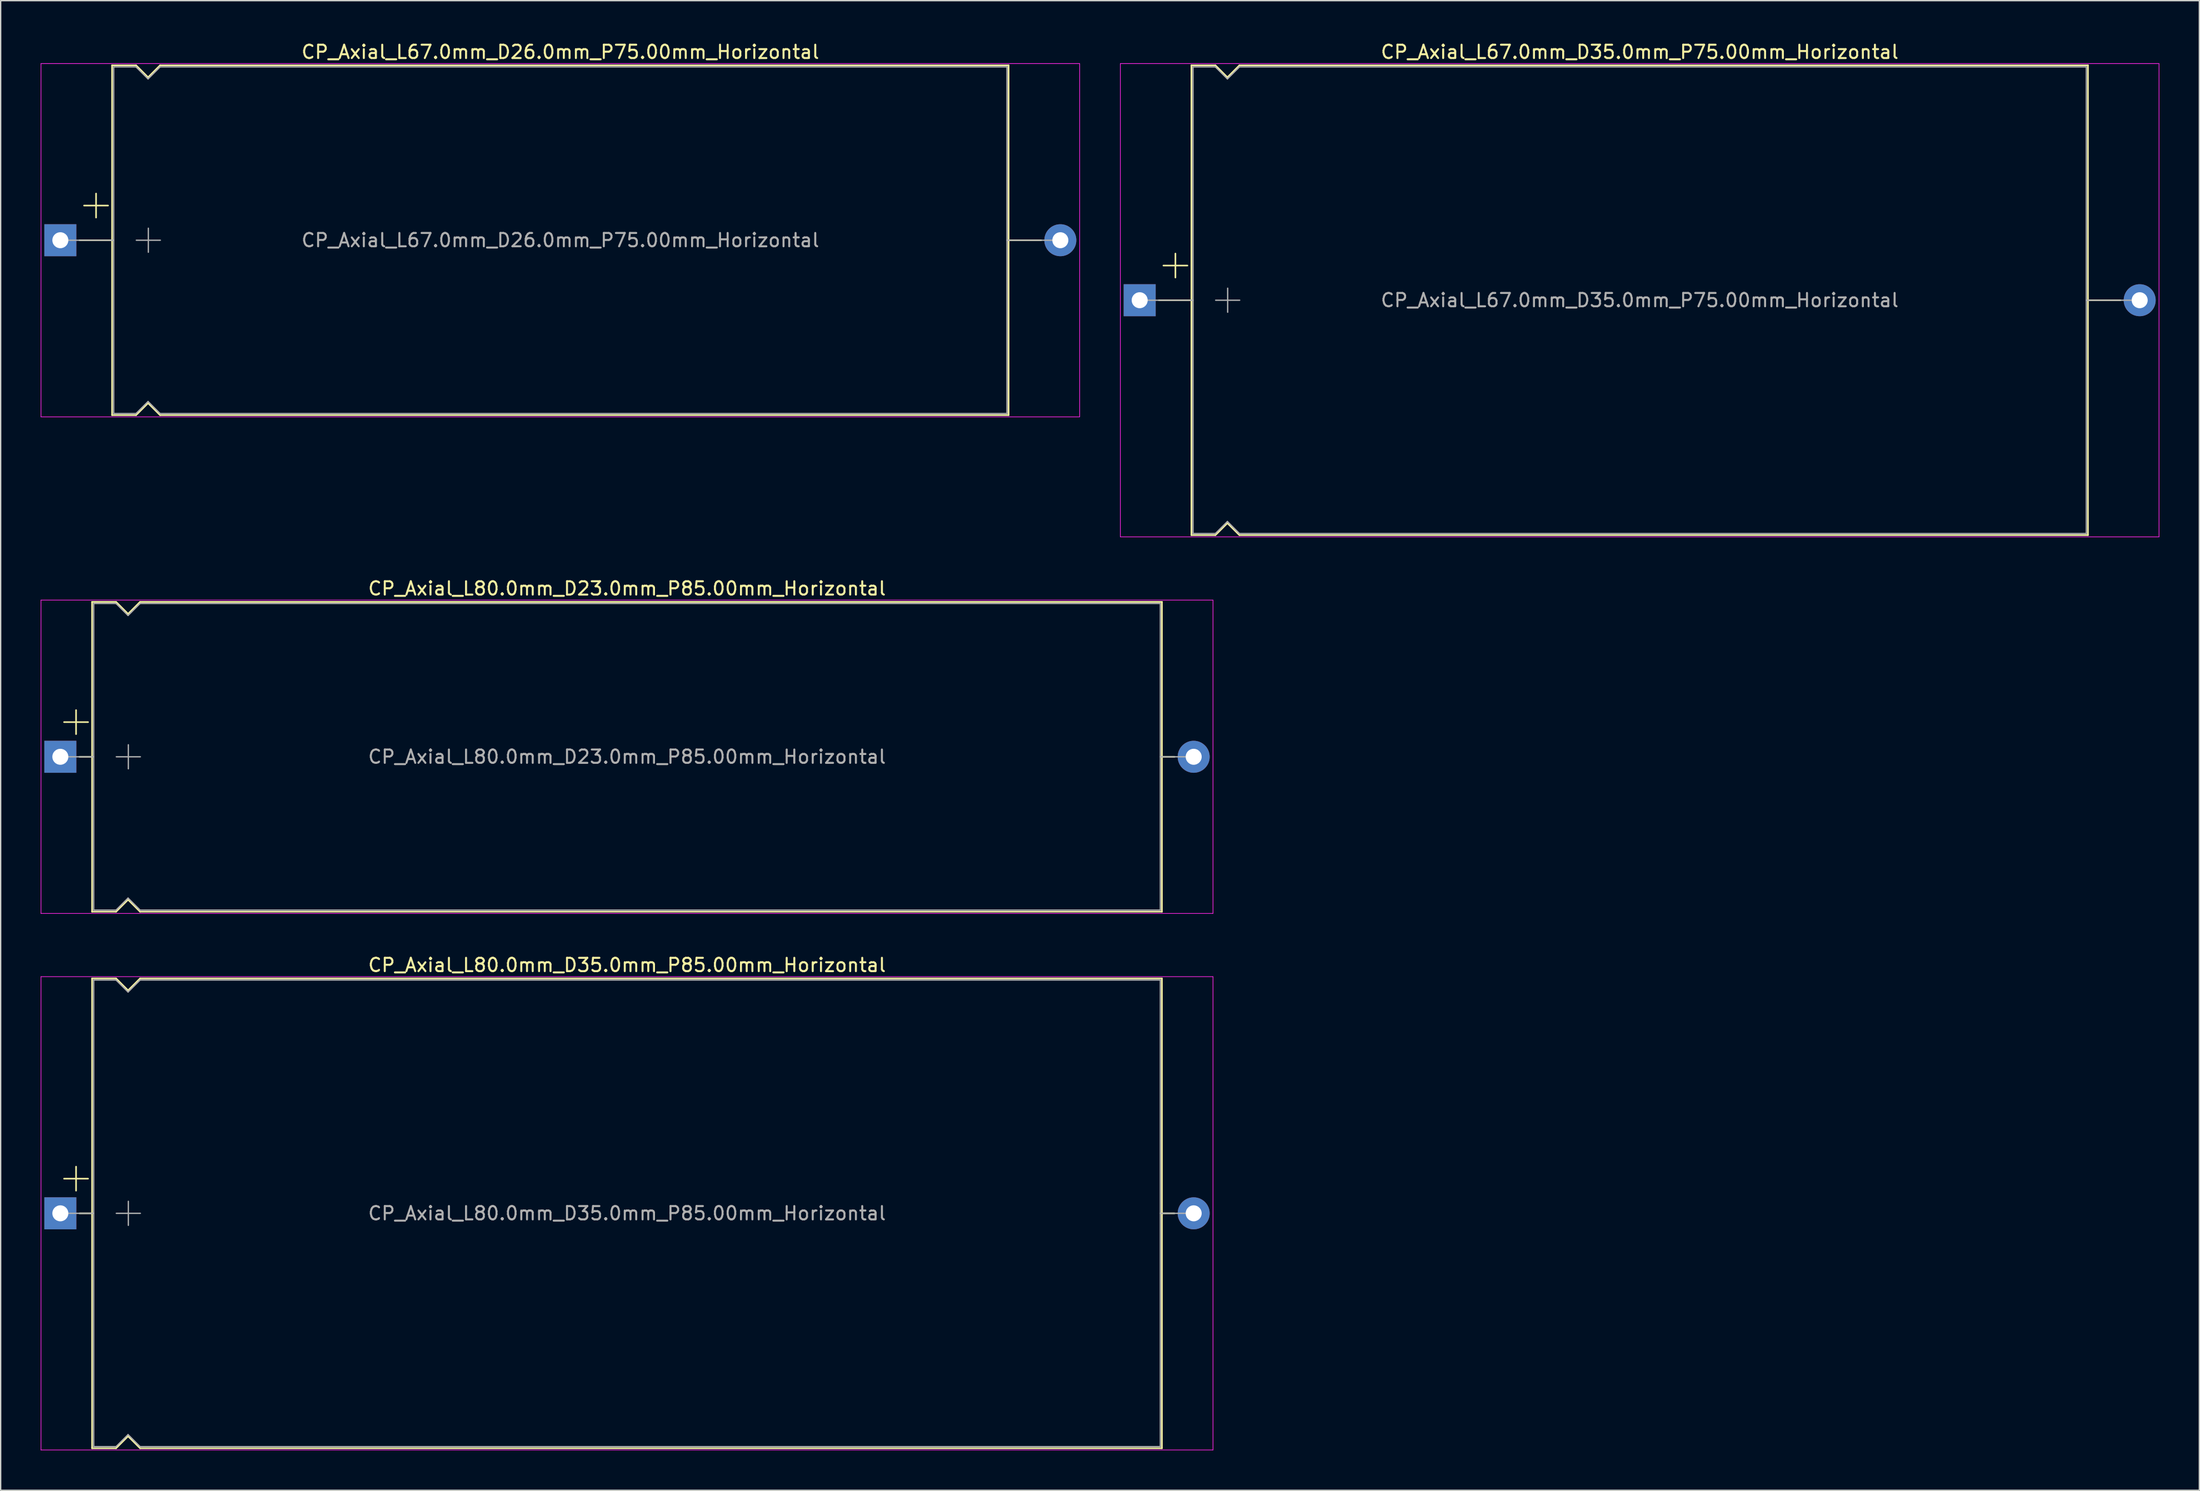
<source format=kicad_pcb>
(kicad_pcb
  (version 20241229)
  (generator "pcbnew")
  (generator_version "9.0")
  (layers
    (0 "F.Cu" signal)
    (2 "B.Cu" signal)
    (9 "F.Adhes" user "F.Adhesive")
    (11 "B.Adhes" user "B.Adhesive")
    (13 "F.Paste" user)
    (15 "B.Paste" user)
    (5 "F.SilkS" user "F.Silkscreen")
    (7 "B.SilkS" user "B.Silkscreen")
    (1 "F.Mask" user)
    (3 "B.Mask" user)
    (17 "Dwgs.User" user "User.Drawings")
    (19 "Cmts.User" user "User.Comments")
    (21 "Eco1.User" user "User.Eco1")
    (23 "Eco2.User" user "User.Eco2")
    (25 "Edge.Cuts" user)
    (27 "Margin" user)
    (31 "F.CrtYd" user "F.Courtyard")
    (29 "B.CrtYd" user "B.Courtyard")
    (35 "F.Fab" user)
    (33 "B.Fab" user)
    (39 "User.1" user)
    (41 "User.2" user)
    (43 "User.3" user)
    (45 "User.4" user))
  (footprint "CP_Axial_L80.0mm_D23.0mm_P85.00mm_Horizontal"
    (layer "F.Cu")
    (at 1.475 53.712)
    (property "Reference" "CP_Axial_L80.0mm_D23.0mm_P85.00mm_Horizontal" (at 42.5 -12.62 0) (layer "F.SilkS") (effects (font (size 1 1) (thickness 0.15))))
    (attr through_hole)
    (fp_line (start 0.28 -2.6) (end 2.08 -2.6) (stroke (width 0.12) (type solid)) (layer "F.SilkS"))
    (fp_line (start 1.18 -3.5) (end 1.18 -1.7) (stroke (width 0.12) (type solid)) (layer "F.SilkS"))
    (fp_line (start 1.44 0) (end 2.38 0) (stroke (width 0.12) (type solid)) (layer "F.SilkS"))
    (fp_line (start 2.38 -11.62) (end 2.38 11.62) (stroke (width 0.12) (type solid)) (layer "F.SilkS"))
    (fp_line (start 2.38 -11.62) (end 4.18 -11.62) (stroke (width 0.12) (type solid)) (layer "F.SilkS"))
    (fp_line (start 2.38 11.62) (end 4.18 11.62) (stroke (width 0.12) (type solid)) (layer "F.SilkS"))
    (fp_line (start 4.18 -11.62) (end 5.08 -10.72) (stroke (width 0.12) (type solid)) (layer "F.SilkS"))
    (fp_line (start 4.18 11.62) (end 5.08 10.72) (stroke (width 0.12) (type solid)) (layer "F.SilkS"))
    (fp_line (start 5.08 -10.72) (end 5.98 -11.62) (stroke (width 0.12) (type solid)) (layer "F.SilkS"))
    (fp_line (start 5.08 10.72) (end 5.98 11.62) (stroke (width 0.12) (type solid)) (layer "F.SilkS"))
    (fp_line (start 5.98 -11.62) (end 82.62 -11.62) (stroke (width 0.12) (type solid)) (layer "F.SilkS"))
    (fp_line (start 5.98 11.62) (end 82.62 11.62) (stroke (width 0.12) (type solid)) (layer "F.SilkS"))
    (fp_line (start 82.62 -11.62) (end 82.62 11.62) (stroke (width 0.12) (type solid)) (layer "F.SilkS"))
    (fp_line (start 83.56 0) (end 82.62 0) (stroke (width 0.12) (type solid)) (layer "F.SilkS"))
    (fp_line (start -1.45 -11.75) (end -1.45 11.75) (stroke (width 0.05) (type solid)) (layer "F.CrtYd"))
    (fp_line (start -1.45 11.75) (end 86.45 11.75) (stroke (width 0.05) (type solid)) (layer "F.CrtYd"))
    (fp_line (start 86.45 -11.75) (end -1.45 -11.75) (stroke (width 0.05) (type solid)) (layer "F.CrtYd"))
    (fp_line (start 86.45 11.75) (end 86.45 -11.75) (stroke (width 0.05) (type solid)) (layer "F.CrtYd"))
    (fp_line (start 0 0) (end 2.5 0) (stroke (width 0.1) (type solid)) (layer "F.Fab"))
    (fp_line (start 2.5 -11.5) (end 2.5 11.5) (stroke (width 0.1) (type solid)) (layer "F.Fab"))
    (fp_line (start 2.5 -11.5) (end 4.18 -11.5) (stroke (width 0.1) (type solid)) (layer "F.Fab"))
    (fp_line (start 2.5 11.5) (end 4.18 11.5) (stroke (width 0.1) (type solid)) (layer "F.Fab"))
    (fp_line (start 4.18 -11.5) (end 5.08 -10.6) (stroke (width 0.1) (type solid)) (layer "F.Fab"))
    (fp_line (start 4.18 11.5) (end 5.08 10.6) (stroke (width 0.1) (type solid)) (layer "F.Fab"))
    (fp_line (start 4.2 0) (end 6 0) (stroke (width 0.1) (type solid)) (layer "F.Fab"))
    (fp_line (start 5.08 -10.6) (end 5.98 -11.5) (stroke (width 0.1) (type solid)) (layer "F.Fab"))
    (fp_line (start 5.08 10.6) (end 5.98 11.5) (stroke (width 0.1) (type solid)) (layer "F.Fab"))
    (fp_line (start 5.1 -0.9) (end 5.1 0.9) (stroke (width 0.1) (type solid)) (layer "F.Fab"))
    (fp_line (start 5.98 -11.5) (end 82.5 -11.5) (stroke (width 0.1) (type solid)) (layer "F.Fab"))
    (fp_line (start 5.98 11.5) (end 82.5 11.5) (stroke (width 0.1) (type solid)) (layer "F.Fab"))
    (fp_line (start 82.5 -11.5) (end 82.5 11.5) (stroke (width 0.1) (type solid)) (layer "F.Fab"))
    (fp_line (start 85 0) (end 82.5 0) (stroke (width 0.1) (type solid)) (layer "F.Fab"))
    (fp_text user "${REFERENCE}" (at 42.5 0 0) (layer "F.Fab") (effects (font (size 1 1) (thickness 0.15))))
    (pad "1" thru_hole rect (at 0 0) (size 2.4 2.4) (drill 1.2) (layers "*.Cu" "*.Mask"))
    (pad "2" thru_hole oval (at 85 0) (size 2.4 2.4) (drill 1.2) (layers "*.Cu" "*.Mask")))
  (footprint "CP_Axial_L67.0mm_D35.0mm_P75.00mm_Horizontal"
    (layer "F.Cu")
    (at 82.425 19.468)
    (property "Reference" "CP_Axial_L67.0mm_D35.0mm_P75.00mm_Horizontal" (at 37.5 -18.62 0) (layer "F.SilkS") (effects (font (size 1 1) (thickness 0.15))))
    (attr through_hole)
    (fp_line (start 1.44 0) (end 3.88 0) (stroke (width 0.12) (type solid)) (layer "F.SilkS"))
    (fp_line (start 1.78 -2.6) (end 3.58 -2.6) (stroke (width 0.12) (type solid)) (layer "F.SilkS"))
    (fp_line (start 2.68 -3.5) (end 2.68 -1.7) (stroke (width 0.12) (type solid)) (layer "F.SilkS"))
    (fp_line (start 3.88 -17.62) (end 3.88 17.62) (stroke (width 0.12) (type solid)) (layer "F.SilkS"))
    (fp_line (start 3.88 -17.62) (end 5.68 -17.62) (stroke (width 0.12) (type solid)) (layer "F.SilkS"))
    (fp_line (start 3.88 17.62) (end 5.68 17.62) (stroke (width 0.12) (type solid)) (layer "F.SilkS"))
    (fp_line (start 5.68 -17.62) (end 6.58 -16.72) (stroke (width 0.12) (type solid)) (layer "F.SilkS"))
    (fp_line (start 5.68 17.62) (end 6.58 16.72) (stroke (width 0.12) (type solid)) (layer "F.SilkS"))
    (fp_line (start 6.58 -16.72) (end 7.48 -17.62) (stroke (width 0.12) (type solid)) (layer "F.SilkS"))
    (fp_line (start 6.58 16.72) (end 7.48 17.62) (stroke (width 0.12) (type solid)) (layer "F.SilkS"))
    (fp_line (start 7.48 -17.62) (end 71.12 -17.62) (stroke (width 0.12) (type solid)) (layer "F.SilkS"))
    (fp_line (start 7.48 17.62) (end 71.12 17.62) (stroke (width 0.12) (type solid)) (layer "F.SilkS"))
    (fp_line (start 71.12 -17.62) (end 71.12 17.62) (stroke (width 0.12) (type solid)) (layer "F.SilkS"))
    (fp_line (start 73.56 0) (end 71.12 0) (stroke (width 0.12) (type solid)) (layer "F.SilkS"))
    (fp_line (start -1.45 -17.75) (end -1.45 17.75) (stroke (width 0.05) (type solid)) (layer "F.CrtYd"))
    (fp_line (start -1.45 17.75) (end 76.45 17.75) (stroke (width 0.05) (type solid)) (layer "F.CrtYd"))
    (fp_line (start 76.45 -17.75) (end -1.45 -17.75) (stroke (width 0.05) (type solid)) (layer "F.CrtYd"))
    (fp_line (start 76.45 17.75) (end 76.45 -17.75) (stroke (width 0.05) (type solid)) (layer "F.CrtYd"))
    (fp_line (start 0 0) (end 4 0) (stroke (width 0.1) (type solid)) (layer "F.Fab"))
    (fp_line (start 4 -17.5) (end 4 17.5) (stroke (width 0.1) (type solid)) (layer "F.Fab"))
    (fp_line (start 4 -17.5) (end 5.68 -17.5) (stroke (width 0.1) (type solid)) (layer "F.Fab"))
    (fp_line (start 4 17.5) (end 5.68 17.5) (stroke (width 0.1) (type solid)) (layer "F.Fab"))
    (fp_line (start 5.68 -17.5) (end 6.58 -16.6) (stroke (width 0.1) (type solid)) (layer "F.Fab"))
    (fp_line (start 5.68 17.5) (end 6.58 16.6) (stroke (width 0.1) (type solid)) (layer "F.Fab"))
    (fp_line (start 5.7 0) (end 7.5 0) (stroke (width 0.1) (type solid)) (layer "F.Fab"))
    (fp_line (start 6.58 -16.6) (end 7.48 -17.5) (stroke (width 0.1) (type solid)) (layer "F.Fab"))
    (fp_line (start 6.58 16.6) (end 7.48 17.5) (stroke (width 0.1) (type solid)) (layer "F.Fab"))
    (fp_line (start 6.6 -0.9) (end 6.6 0.9) (stroke (width 0.1) (type solid)) (layer "F.Fab"))
    (fp_line (start 7.48 -17.5) (end 71 -17.5) (stroke (width 0.1) (type solid)) (layer "F.Fab"))
    (fp_line (start 7.48 17.5) (end 71 17.5) (stroke (width 0.1) (type solid)) (layer "F.Fab"))
    (fp_line (start 71 -17.5) (end 71 17.5) (stroke (width 0.1) (type solid)) (layer "F.Fab"))
    (fp_line (start 75 0) (end 71 0) (stroke (width 0.1) (type solid)) (layer "F.Fab"))
    (fp_text user "${REFERENCE}" (at 37.5 0 0) (layer "F.Fab") (effects (font (size 1 1) (thickness 0.15))))
    (pad "1" thru_hole rect (at 0 0) (size 2.4 2.4) (drill 1.2) (layers "*.Cu" "*.Mask"))
    (pad "2" thru_hole oval (at 75 0) (size 2.4 2.4) (drill 1.2) (layers "*.Cu" "*.Mask")))
  (footprint "CP_Axial_L80.0mm_D35.0mm_P85.00mm_Horizontal"
    (layer "F.Cu")
    (at 1.475 87.955)
    (property "Reference" "CP_Axial_L80.0mm_D35.0mm_P85.00mm_Horizontal" (at 42.5 -18.62 0) (layer "F.SilkS") (effects (font (size 1 1) (thickness 0.15))))
    (attr through_hole)
    (fp_line (start 0.28 -2.6) (end 2.08 -2.6) (stroke (width 0.12) (type solid)) (layer "F.SilkS"))
    (fp_line (start 1.18 -3.5) (end 1.18 -1.7) (stroke (width 0.12) (type solid)) (layer "F.SilkS"))
    (fp_line (start 1.44 0) (end 2.38 0) (stroke (width 0.12) (type solid)) (layer "F.SilkS"))
    (fp_line (start 2.38 -17.62) (end 2.38 17.62) (stroke (width 0.12) (type solid)) (layer "F.SilkS"))
    (fp_line (start 2.38 -17.62) (end 4.18 -17.62) (stroke (width 0.12) (type solid)) (layer "F.SilkS"))
    (fp_line (start 2.38 17.62) (end 4.18 17.62) (stroke (width 0.12) (type solid)) (layer "F.SilkS"))
    (fp_line (start 4.18 -17.62) (end 5.08 -16.72) (stroke (width 0.12) (type solid)) (layer "F.SilkS"))
    (fp_line (start 4.18 17.62) (end 5.08 16.72) (stroke (width 0.12) (type solid)) (layer "F.SilkS"))
    (fp_line (start 5.08 -16.72) (end 5.98 -17.62) (stroke (width 0.12) (type solid)) (layer "F.SilkS"))
    (fp_line (start 5.08 16.72) (end 5.98 17.62) (stroke (width 0.12) (type solid)) (layer "F.SilkS"))
    (fp_line (start 5.98 -17.62) (end 82.62 -17.62) (stroke (width 0.12) (type solid)) (layer "F.SilkS"))
    (fp_line (start 5.98 17.62) (end 82.62 17.62) (stroke (width 0.12) (type solid)) (layer "F.SilkS"))
    (fp_line (start 82.62 -17.62) (end 82.62 17.62) (stroke (width 0.12) (type solid)) (layer "F.SilkS"))
    (fp_line (start 83.56 0) (end 82.62 0) (stroke (width 0.12) (type solid)) (layer "F.SilkS"))
    (fp_line (start -1.45 -17.75) (end -1.45 17.75) (stroke (width 0.05) (type solid)) (layer "F.CrtYd"))
    (fp_line (start -1.45 17.75) (end 86.45 17.75) (stroke (width 0.05) (type solid)) (layer "F.CrtYd"))
    (fp_line (start 86.45 -17.75) (end -1.45 -17.75) (stroke (width 0.05) (type solid)) (layer "F.CrtYd"))
    (fp_line (start 86.45 17.75) (end 86.45 -17.75) (stroke (width 0.05) (type solid)) (layer "F.CrtYd"))
    (fp_line (start 0 0) (end 2.5 0) (stroke (width 0.1) (type solid)) (layer "F.Fab"))
    (fp_line (start 2.5 -17.5) (end 2.5 17.5) (stroke (width 0.1) (type solid)) (layer "F.Fab"))
    (fp_line (start 2.5 -17.5) (end 4.18 -17.5) (stroke (width 0.1) (type solid)) (layer "F.Fab"))
    (fp_line (start 2.5 17.5) (end 4.18 17.5) (stroke (width 0.1) (type solid)) (layer "F.Fab"))
    (fp_line (start 4.18 -17.5) (end 5.08 -16.6) (stroke (width 0.1) (type solid)) (layer "F.Fab"))
    (fp_line (start 4.18 17.5) (end 5.08 16.6) (stroke (width 0.1) (type solid)) (layer "F.Fab"))
    (fp_line (start 4.2 0) (end 6 0) (stroke (width 0.1) (type solid)) (layer "F.Fab"))
    (fp_line (start 5.08 -16.6) (end 5.98 -17.5) (stroke (width 0.1) (type solid)) (layer "F.Fab"))
    (fp_line (start 5.08 16.6) (end 5.98 17.5) (stroke (width 0.1) (type solid)) (layer "F.Fab"))
    (fp_line (start 5.1 -0.9) (end 5.1 0.9) (stroke (width 0.1) (type solid)) (layer "F.Fab"))
    (fp_line (start 5.98 -17.5) (end 82.5 -17.5) (stroke (width 0.1) (type solid)) (layer "F.Fab"))
    (fp_line (start 5.98 17.5) (end 82.5 17.5) (stroke (width 0.1) (type solid)) (layer "F.Fab"))
    (fp_line (start 82.5 -17.5) (end 82.5 17.5) (stroke (width 0.1) (type solid)) (layer "F.Fab"))
    (fp_line (start 85 0) (end 82.5 0) (stroke (width 0.1) (type solid)) (layer "F.Fab"))
    (fp_text user "${REFERENCE}" (at 42.5 0 0) (layer "F.Fab") (effects (font (size 1 1) (thickness 0.15))))
    (pad "1" thru_hole rect (at 0 0) (size 2.4 2.4) (drill 1.2) (layers "*.Cu" "*.Mask"))
    (pad "2" thru_hole oval (at 85 0) (size 2.4 2.4) (drill 1.2) (layers "*.Cu" "*.Mask")))
  (footprint "CP_Axial_L67.0mm_D26.0mm_P75.00mm_Horizontal"
    (layer "F.Cu")
    (at 1.475 14.968)
    (property "Reference" "CP_Axial_L67.0mm_D26.0mm_P75.00mm_Horizontal" (at 37.5 -14.12 0) (layer "F.SilkS") (effects (font (size 1 1) (thickness 0.15))))
    (attr through_hole)
    (fp_line (start 1.44 0) (end 3.88 0) (stroke (width 0.12) (type solid)) (layer "F.SilkS"))
    (fp_line (start 1.78 -2.6) (end 3.58 -2.6) (stroke (width 0.12) (type solid)) (layer "F.SilkS"))
    (fp_line (start 2.68 -3.5) (end 2.68 -1.7) (stroke (width 0.12) (type solid)) (layer "F.SilkS"))
    (fp_line (start 3.88 -13.12) (end 3.88 13.12) (stroke (width 0.12) (type solid)) (layer "F.SilkS"))
    (fp_line (start 3.88 -13.12) (end 5.68 -13.12) (stroke (width 0.12) (type solid)) (layer "F.SilkS"))
    (fp_line (start 3.88 13.12) (end 5.68 13.12) (stroke (width 0.12) (type solid)) (layer "F.SilkS"))
    (fp_line (start 5.68 -13.12) (end 6.58 -12.22) (stroke (width 0.12) (type solid)) (layer "F.SilkS"))
    (fp_line (start 5.68 13.12) (end 6.58 12.22) (stroke (width 0.12) (type solid)) (layer "F.SilkS"))
    (fp_line (start 6.58 -12.22) (end 7.48 -13.12) (stroke (width 0.12) (type solid)) (layer "F.SilkS"))
    (fp_line (start 6.58 12.22) (end 7.48 13.12) (stroke (width 0.12) (type solid)) (layer "F.SilkS"))
    (fp_line (start 7.48 -13.12) (end 71.12 -13.12) (stroke (width 0.12) (type solid)) (layer "F.SilkS"))
    (fp_line (start 7.48 13.12) (end 71.12 13.12) (stroke (width 0.12) (type solid)) (layer "F.SilkS"))
    (fp_line (start 71.12 -13.12) (end 71.12 13.12) (stroke (width 0.12) (type solid)) (layer "F.SilkS"))
    (fp_line (start 73.56 0) (end 71.12 0) (stroke (width 0.12) (type solid)) (layer "F.SilkS"))
    (fp_line (start -1.45 -13.25) (end -1.45 13.25) (stroke (width 0.05) (type solid)) (layer "F.CrtYd"))
    (fp_line (start -1.45 13.25) (end 76.45 13.25) (stroke (width 0.05) (type solid)) (layer "F.CrtYd"))
    (fp_line (start 76.45 -13.25) (end -1.45 -13.25) (stroke (width 0.05) (type solid)) (layer "F.CrtYd"))
    (fp_line (start 76.45 13.25) (end 76.45 -13.25) (stroke (width 0.05) (type solid)) (layer "F.CrtYd"))
    (fp_line (start 0 0) (end 4 0) (stroke (width 0.1) (type solid)) (layer "F.Fab"))
    (fp_line (start 4 -13) (end 4 13) (stroke (width 0.1) (type solid)) (layer "F.Fab"))
    (fp_line (start 4 -13) (end 5.68 -13) (stroke (width 0.1) (type solid)) (layer "F.Fab"))
    (fp_line (start 4 13) (end 5.68 13) (stroke (width 0.1) (type solid)) (layer "F.Fab"))
    (fp_line (start 5.68 -13) (end 6.58 -12.1) (stroke (width 0.1) (type solid)) (layer "F.Fab"))
    (fp_line (start 5.68 13) (end 6.58 12.1) (stroke (width 0.1) (type solid)) (layer "F.Fab"))
    (fp_line (start 5.7 0) (end 7.5 0) (stroke (width 0.1) (type solid)) (layer "F.Fab"))
    (fp_line (start 6.58 -12.1) (end 7.48 -13) (stroke (width 0.1) (type solid)) (layer "F.Fab"))
    (fp_line (start 6.58 12.1) (end 7.48 13) (stroke (width 0.1) (type solid)) (layer "F.Fab"))
    (fp_line (start 6.6 -0.9) (end 6.6 0.9) (stroke (width 0.1) (type solid)) (layer "F.Fab"))
    (fp_line (start 7.48 -13) (end 71 -13) (stroke (width 0.1) (type solid)) (layer "F.Fab"))
    (fp_line (start 7.48 13) (end 71 13) (stroke (width 0.1) (type solid)) (layer "F.Fab"))
    (fp_line (start 71 -13) (end 71 13) (stroke (width 0.1) (type solid)) (layer "F.Fab"))
    (fp_line (start 75 0) (end 71 0) (stroke (width 0.1) (type solid)) (layer "F.Fab"))
    (fp_text user "${REFERENCE}" (at 37.5 0 0) (layer "F.Fab") (effects (font (size 1 1) (thickness 0.15))))
    (pad "1" thru_hole rect (at 0 0) (size 2.4 2.4) (drill 1.2) (layers "*.Cu" "*.Mask"))
    (pad "2" thru_hole oval (at 75 0) (size 2.4 2.4) (drill 1.2) (layers "*.Cu" "*.Mask")))
  (gr_rect
    (start -3 -3)
    (end 161.9 108.73)
    (stroke (width 0.1) (type default))
    (fill no)
    (layer "Edge.Cuts")))
</source>
